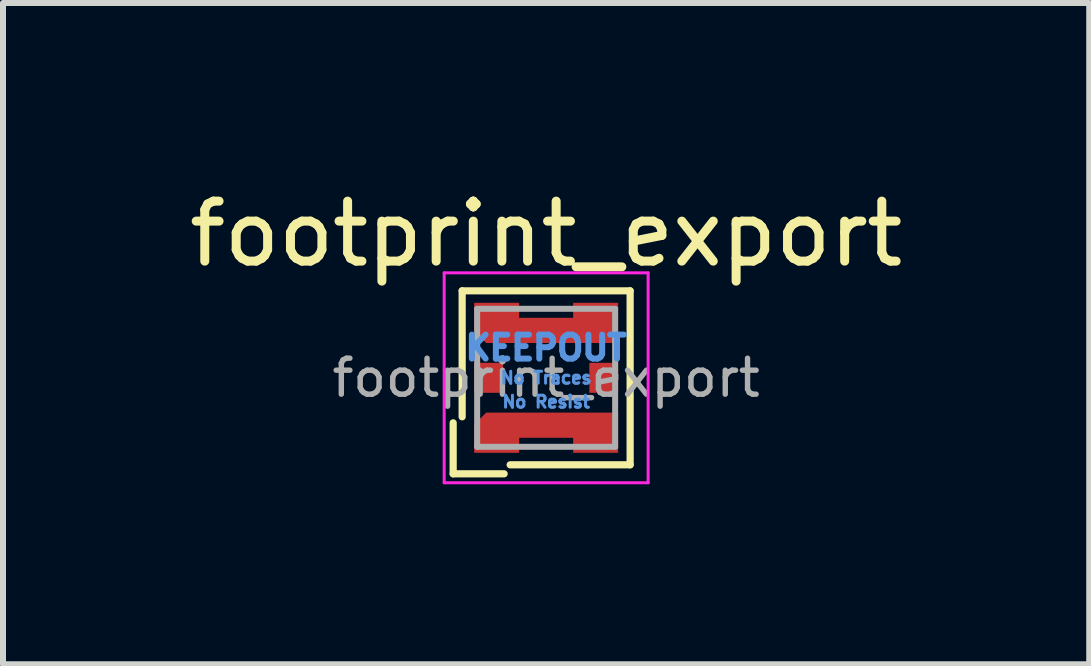
<source format=kicad_pcb>
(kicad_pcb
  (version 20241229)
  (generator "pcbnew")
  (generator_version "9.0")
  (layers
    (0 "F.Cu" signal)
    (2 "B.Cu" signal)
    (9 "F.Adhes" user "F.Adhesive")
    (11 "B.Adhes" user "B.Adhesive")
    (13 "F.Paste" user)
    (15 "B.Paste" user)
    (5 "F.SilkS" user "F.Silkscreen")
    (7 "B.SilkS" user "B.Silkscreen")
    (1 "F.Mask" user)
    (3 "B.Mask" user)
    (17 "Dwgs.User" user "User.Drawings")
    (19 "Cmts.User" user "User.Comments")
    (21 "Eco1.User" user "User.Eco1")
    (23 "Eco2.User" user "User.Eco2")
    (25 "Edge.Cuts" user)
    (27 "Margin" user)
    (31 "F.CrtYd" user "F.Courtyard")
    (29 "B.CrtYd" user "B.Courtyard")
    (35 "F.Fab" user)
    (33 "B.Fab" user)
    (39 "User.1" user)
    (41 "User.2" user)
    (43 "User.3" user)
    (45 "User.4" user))
  (footprint "footprint_export"
    (layer "F.Cu")
    (at 6.054 3.248)
    (property "Reference" "footprint_export" (at 0 -2.4 180) (layer "F.SilkS") (effects (font (size 1 1) (thickness 0.15))))
    (attr smd)
    (fp_rect (start -1.15 -0.725) (end 1.15 0.725) (stroke (width 0.12) (type solid)) (fill yes) (layer "F.Mask"))
    (fp_line (start -1.55 0.75) (end -1.55 1.6) (stroke (width 0.12) (type solid)) (layer "F.SilkS"))
    (fp_line (start -1.55 1.6) (end -0.7 1.6) (stroke (width 0.12) (type solid)) (layer "F.SilkS"))
    (fp_line (start -1.4 -1.45) (end -1.4 0.65) (stroke (width 0.12) (type solid)) (layer "F.SilkS"))
    (fp_line (start -1.4 -1.45) (end 1.4 -1.45) (stroke (width 0.12) (type solid)) (layer "F.SilkS"))
    (fp_line (start 1.4 -1.45) (end 1.4 1.45) (stroke (width 0.12) (type solid)) (layer "F.SilkS"))
    (fp_line (start 1.4 1.45) (end -0.6 1.45) (stroke (width 0.12) (type solid)) (layer "F.SilkS"))
    (fp_line (start -1.7 -1.75) (end 1.7 -1.75) (stroke (width 0.05) (type solid)) (layer "F.CrtYd"))
    (fp_line (start -1.7 1.75) (end -1.7 -1.75) (stroke (width 0.05) (type solid)) (layer "F.CrtYd"))
    (fp_line (start 1.7 -1.75) (end 1.7 1.75) (stroke (width 0.05) (type solid)) (layer "F.CrtYd"))
    (fp_line (start 1.7 1.75) (end -1.7 1.75) (stroke (width 0.05) (type solid)) (layer "F.CrtYd"))
    (fp_line (start -1.15 -1.15) (end 1.15 -1.15) (stroke (width 0.1) (type solid)) (layer "F.Fab"))
    (fp_line (start -1.15 1.15) (end -1.15 -1.15) (stroke (width 0.1) (type solid)) (layer "F.Fab"))
    (fp_line (start 1.15 -1.15) (end 1.15 1.15) (stroke (width 0.1) (type solid)) (layer "F.Fab"))
    (fp_line (start 1.15 1.15) (end -1.15 1.15) (stroke (width 0.1) (type solid)) (layer "F.Fab"))
    (fp_text user "KEEPOUT" (at 0 -0.5 0) (layer "Cmts.User") (effects (font (size 0.4 0.4) (thickness 0.1))))
    (fp_text user "No Traces" (at 0 0 0) (layer "Cmts.User") (effects (font (size 0.2 0.2) (thickness 0.05))))
    (fp_text user "No Resist" (at 0 0.4 0) (layer "Cmts.User") (effects (font (size 0.2 0.2) (thickness 0.05))))
    (fp_text user "${REFERENCE}" (at 0 0 0) (layer "F.Fab") (effects (font (size 0.6 0.6) (thickness 0.09))))
    (pad "" smd rect (at -1 0 180) (size 0.3 0.4) (layers "F.Paste"))
    (pad "" smd rect (at -0.7 -1 180) (size 0.4 0.4) (layers "F.Paste"))
    (pad "" smd rect (at -0.7 1 180) (size 0.4 0.4) (layers "F.Paste"))
    (pad "" smd rect (at 0 -0.8 180) (size 0.5 0.3) (layers "F.Paste"))
    (pad "" smd rect (at 0 0.8 180) (size 0.5 0.3) (layers "F.Paste"))
    (pad "" smd rect (at 0.7 -1 180) (size 0.4 0.4) (layers "F.Paste"))
    (pad "" smd rect (at 0.7 1 180) (size 0.4 0.4) (layers "F.Paste"))
    (pad "" smd rect (at 1 0 180) (size 0.3 0.4) (layers "F.Paste"))
    (pad "A" smd rect (at 0.96 0) (size 0.48 0.5) (layers "F.Cu" "F.Mask"))
    (pad "C" smd rect (at -0.96 0) (size 0.48 0.5) (layers "F.Cu" "F.Mask"))
    (pad "G" smd custom (at 0 -0.815) (size 0.35 0.35) (layers "F.Cu" "F.Mask") (options (anchor rect)) (primitives (gr_poly (pts (xy -0.45 -0.185) (xy 0.45 -0.185) (xy 0.45 -0.435) (xy 1.2 -0.435) (xy 1.2 0.235) (xy -1 0.235) (xy -1.2 0.035) (xy -1.2 -0.435) (xy -0.45 -0.435)) (width 0) (fill yes))))
    (pad "G" smd custom (at 0 0.815 180) (size 0.35 0.35) (layers "F.Cu" "F.Mask") (options (anchor rect)) (primitives (gr_poly (pts (xy -0.45 -0.185) (xy 0.45 -0.185) (xy 0.45 -0.435) (xy 1.2 -0.435) (xy 1.2 0.035) (xy 1 0.235) (xy -1.2 0.235) (xy -1.2 -0.435) (xy -0.45 -0.435)) (width 0) (fill yes))))
    (zone (net_name "") (layer "F.Cu") (hatch full 0.508) (connect_pads) (min_thickness 0.254) (filled_areas_thickness no) (keepout (tracks not_allowed) (vias not_allowed) (pads not_allowed) (copperpour allowed) (footprints allowed)) (placement (enabled no)) (fill) (polygon (pts (xy 5.054 2.668) (xy 7.254 2.668) (xy 7.254 2.998) (xy 6.774 2.998) (xy 6.774 3.248) (xy 5.334 3.248) (xy 5.334 2.998) (xy 4.854 2.998) (xy 4.854 2.468))))
    (zone (net_name "") (layer "F.Cu") (hatch full 0.508) (connect_pads) (min_thickness 0.254) (filled_areas_thickness no) (keepout (tracks not_allowed) (vias not_allowed) (pads not_allowed) (copperpour allowed) (footprints allowed)) (placement (enabled no)) (fill) (polygon (pts (xy 5.054 3.828) (xy 7.254 3.828) (xy 7.254 3.498) (xy 6.774 3.498) (xy 6.774 3.248) (xy 5.334 3.248) (xy 5.334 3.498) (xy 4.854 3.498) (xy 4.854 4.028)))))
  (gr_rect
    (start -3 -3)
    (end 15.107 8.023)
    (stroke (width 0.1) (type default))
    (fill no)
    (layer "Edge.Cuts")))
</source>
